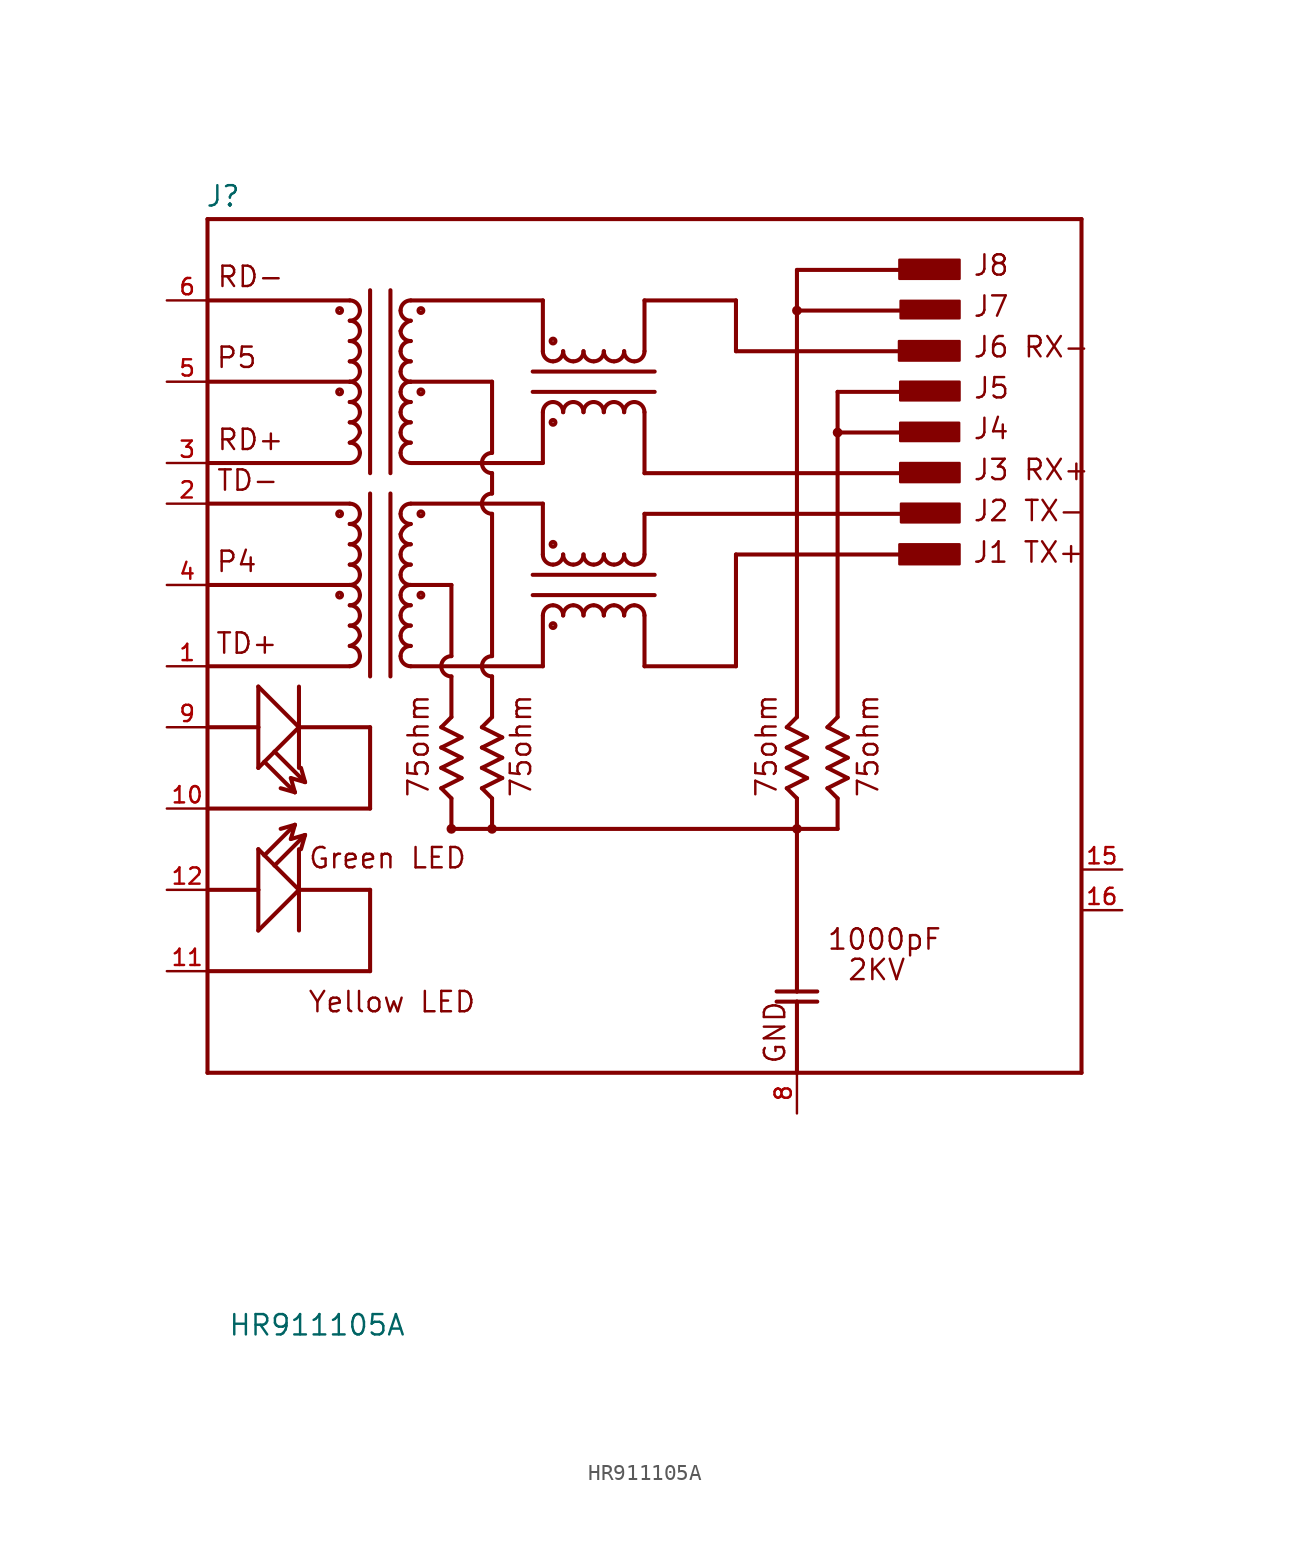
<source format=kicad_sym>
(kicad_symbol_lib
  (version 20201005)
  (generator kicad_symbol_editor)
  (symbol "mSchLibrary:HR911105A"
    (pin_names
      (offset 1.016) hide)
    (property "Reference" "J"
      (at -25.552 28.626 0)
      (effects (font (size 1.27 1.27)) (justify left bottom)))
    (property "Value" "HR911105A"
      (at -24.13 -41.91 0)
      (effects (font (size 1.27 1.27)) (justify left bottom)))
    (symbol "HR911105A_0_0"
      (arc (start -16.51 1.27) (end -15.875 1.905) (radius (at -16.7386 2.1336) (length 0.889) (angles -75 -15)) (stroke (width 0.254)) (fill (type none)))
      (arc (start -16.51 13.97) (end -15.875 14.605) (radius (at -16.7386 14.8336) (length 0.889) (angles -75 -15)) (stroke (width 0.254)) (fill (type none)))
      (arc (start -15.875 0.635) (end -16.51 1.27) (radius (at -16.51 0.635) (length 0.635) (angles 0 90)) (stroke (width 0.254)) (fill (type none)))
      (arc (start -16.51 0) (end -15.875 0.635) (radius (at -16.51 0.635) (length 0.635) (angles -90 0)) (stroke (width 0.254)) (fill (type none)))
      (arc (start -15.875 1.905) (end -16.51 2.54) (radius (at -16.51 1.905) (length 0.635) (angles 0 90)) (stroke (width 0.254)) (fill (type none)))
      (arc (start -15.875 3.175) (end -16.51 3.81) (radius (at -16.51 3.175) (length 0.635) (angles 0 90)) (stroke (width 0.254)) (fill (type none)))
      (arc (start -16.51 2.54) (end -15.875 3.175) (radius (at -16.51 3.175) (length 0.635) (angles -90 0)) (stroke (width 0.254)) (fill (type none)))
      (arc (start -15.875 4.445) (end -16.51 5.08) (radius (at -16.51 4.445) (length 0.635) (angles 0 90)) (stroke (width 0.254)) (fill (type none)))
      (arc (start -16.51 3.81) (end -15.875 4.445) (radius (at -16.51 4.445) (length 0.635) (angles -90 0)) (stroke (width 0.254)) (fill (type none)))
      (arc (start -15.875 5.715) (end -16.51 6.35) (radius (at -16.51 5.715) (length 0.635) (angles 0 90)) (stroke (width 0.254)) (fill (type none)))
      (arc (start -16.51 5.08) (end -15.875 5.715) (radius (at -16.51 5.715) (length 0.635) (angles -90 0)) (stroke (width 0.254)) (fill (type none)))
      (arc (start -15.875 6.985) (end -16.51 7.62) (radius (at -16.51 6.985) (length 0.635) (angles 0 90)) (stroke (width 0.254)) (fill (type none)))
      (arc (start -16.51 6.35) (end -15.875 6.985) (radius (at -16.51 6.985) (length 0.635) (angles -90 0)) (stroke (width 0.254)) (fill (type none)))
      (arc (start -15.875 8.255) (end -16.51 8.89) (radius (at -16.51 8.255) (length 0.635) (angles 0 90)) (stroke (width 0.254)) (fill (type none)))
      (arc (start -16.51 7.62) (end -15.875 8.255) (radius (at -16.51 8.255) (length 0.635) (angles -90 0)) (stroke (width 0.254)) (fill (type none)))
      (arc (start -15.875 9.525) (end -16.51 10.16) (radius (at -16.51 9.525) (length 0.635) (angles 0 90)) (stroke (width 0.254)) (fill (type none)))
      (arc (start -16.51 8.89) (end -15.875 9.525) (radius (at -16.51 9.525) (length 0.635) (angles -90 0)) (stroke (width 0.254)) (fill (type none)))
      (arc (start -15.875 13.335) (end -16.51 13.97) (radius (at -16.51 13.335) (length 0.635) (angles 0 90)) (stroke (width 0.254)) (fill (type none)))
      (arc (start -16.51 12.7) (end -15.875 13.335) (radius (at -16.51 13.335) (length 0.635) (angles -90 0)) (stroke (width 0.254)) (fill (type none)))
      (arc (start -15.875 14.605) (end -16.51 15.24) (radius (at -16.51 14.605) (length 0.635) (angles 0 90)) (stroke (width 0.254)) (fill (type none)))
      (arc (start -15.875 15.875) (end -16.51 16.51) (radius (at -16.51 15.875) (length 0.635) (angles 0 90)) (stroke (width 0.254)) (fill (type none)))
      (arc (start -16.51 15.24) (end -15.875 15.875) (radius (at -16.51 15.875) (length 0.635) (angles -90 0)) (stroke (width 0.254)) (fill (type none)))
      (arc (start -15.875 17.145) (end -16.51 17.78) (radius (at -16.51 17.145) (length 0.635) (angles 0 90)) (stroke (width 0.254)) (fill (type none)))
      (arc (start -16.51 16.51) (end -15.875 17.145) (radius (at -16.51 17.145) (length 0.635) (angles -90 0)) (stroke (width 0.254)) (fill (type none)))
      (arc (start -15.875 18.415) (end -16.51 19.05) (radius (at -16.51 18.415) (length 0.635) (angles 0 90)) (stroke (width 0.254)) (fill (type none)))
      (arc (start -16.51 17.78) (end -15.875 18.415) (radius (at -16.51 18.415) (length 0.635) (angles -90 0)) (stroke (width 0.254)) (fill (type none)))
      (arc (start -15.875 19.685) (end -16.51 20.32) (radius (at -16.51 19.685) (length 0.635) (angles 0 90)) (stroke (width 0.254)) (fill (type none)))
      (arc (start -16.51 19.05) (end -15.875 19.685) (radius (at -16.51 19.685) (length 0.635) (angles -90 0)) (stroke (width 0.254)) (fill (type none)))
      (arc (start -15.875 20.955) (end -16.51 21.59) (radius (at -16.51 20.955) (length 0.635) (angles 0 90)) (stroke (width 0.254)) (fill (type none)))
      (arc (start -16.51 20.32) (end -15.875 20.955) (radius (at -16.51 20.955) (length 0.635) (angles -90 0)) (stroke (width 0.254)) (fill (type none)))
      (arc (start -15.875 22.225) (end -16.51 22.86) (radius (at -16.51 22.225) (length 0.635) (angles 0 90)) (stroke (width 0.254)) (fill (type none)))
      (arc (start -16.51 21.59) (end -15.875 22.225) (radius (at -16.51 22.225) (length 0.635) (angles -90 0)) (stroke (width 0.254)) (fill (type none)))
      (arc (start -12.7 1.27) (end -13.335 0.635) (radius (at -12.7 0.635) (length 0.635) (angles 90 180)) (stroke (width 0.254)) (fill (type none)))
      (arc (start -13.335 0.635) (end -12.7 0) (radius (at -12.7 0.635) (length 0.635) (angles 180 -90)) (stroke (width 0.254)) (fill (type none)))
      (arc (start -12.7 2.54) (end -13.335 1.905) (radius (at -12.7 1.905) (length 0.635) (angles 90 180)) (stroke (width 0.254)) (fill (type none)))
      (arc (start -13.335 1.905) (end -12.7 1.27) (radius (at -12.7 1.905) (length 0.635) (angles 180 -90)) (stroke (width 0.254)) (fill (type none)))
      (arc (start -12.7 3.81) (end -13.335 3.175) (radius (at -12.7 3.175) (length 0.635) (angles 90 180)) (stroke (width 0.254)) (fill (type none)))
      (arc (start -13.335 3.175) (end -12.7 2.54) (radius (at -12.7 3.175) (length 0.635) (angles 180 -90)) (stroke (width 0.254)) (fill (type none)))
      (arc (start -12.7 5.08) (end -13.335 4.445) (radius (at -12.7 4.445) (length 0.635) (angles 90 180)) (stroke (width 0.254)) (fill (type none)))
      (arc (start -13.335 4.445) (end -12.7 3.81) (radius (at -12.7 4.445) (length 0.635) (angles 180 -90)) (stroke (width 0.254)) (fill (type none)))
      (arc (start -12.7 6.35) (end -13.335 5.715) (radius (at -12.7 5.715) (length 0.635) (angles 90 180)) (stroke (width 0.254)) (fill (type none)))
      (arc (start -13.335 5.715) (end -12.7 5.08) (radius (at -12.7 5.715) (length 0.635) (angles 180 -90)) (stroke (width 0.254)) (fill (type none)))
      (arc (start -12.7 7.62) (end -13.335 6.985) (radius (at -12.7 6.985) (length 0.635) (angles 90 180)) (stroke (width 0.254)) (fill (type none)))
      (arc (start -13.335 6.985) (end -12.7 6.35) (radius (at -12.7 6.985) (length 0.635) (angles 180 -90)) (stroke (width 0.254)) (fill (type none)))
      (arc (start -13.335 8.255) (end -12.7 7.62) (radius (at -12.7 8.255) (length 0.635) (angles 180 -90)) (stroke (width 0.254)) (fill (type none)))
      (arc (start -12.7 10.16) (end -13.335 9.525) (radius (at -12.7 9.525) (length 0.635) (angles 90 180)) (stroke (width 0.254)) (fill (type none)))
      (arc (start -13.335 9.525) (end -12.7 8.89) (radius (at -12.7 9.525) (length 0.635) (angles 180 -90)) (stroke (width 0.254)) (fill (type none)))
      (arc (start -12.7 13.97) (end -13.335 13.335) (radius (at -12.7 13.335) (length 0.635) (angles 90 180)) (stroke (width 0.254)) (fill (type none)))
      (arc (start -13.335 13.335) (end -12.7 12.7) (radius (at -12.7 13.335) (length 0.635) (angles 180 -90)) (stroke (width 0.254)) (fill (type none)))
      (arc (start -12.7 15.24) (end -13.335 14.605) (radius (at -12.7 14.605) (length 0.635) (angles 90 180)) (stroke (width 0.254)) (fill (type none)))
      (arc (start -13.335 14.605) (end -12.7 13.97) (radius (at -12.7 14.605) (length 0.635) (angles 180 -90)) (stroke (width 0.254)) (fill (type none)))
      (arc (start -12.7 16.51) (end -13.335 15.875) (radius (at -12.7 15.875) (length 0.635) (angles 90 180)) (stroke (width 0.254)) (fill (type none)))
      (arc (start -13.335 15.875) (end -12.7 15.24) (radius (at -12.7 15.875) (length 0.635) (angles 180 -90)) (stroke (width 0.254)) (fill (type none)))
      (arc (start -12.7 17.78) (end -13.335 17.145) (radius (at -12.7 17.145) (length 0.635) (angles 90 180)) (stroke (width 0.254)) (fill (type none)))
      (arc (start -13.335 17.145) (end -12.7 16.51) (radius (at -12.7 17.145) (length 0.635) (angles 180 -90)) (stroke (width 0.254)) (fill (type none)))
      (arc (start -12.7 19.05) (end -13.335 18.415) (radius (at -12.7 18.415) (length 0.635) (angles 90 180)) (stroke (width 0.254)) (fill (type none)))
      (arc (start -13.335 18.415) (end -12.7 17.78) (radius (at -12.7 18.415) (length 0.635) (angles 180 -90)) (stroke (width 0.254)) (fill (type none)))
      (arc (start -12.7 20.32) (end -13.335 19.685) (radius (at -12.7 19.685) (length 0.635) (angles 90 180)) (stroke (width 0.254)) (fill (type none)))
      (arc (start -13.335 19.685) (end -12.7 19.05) (radius (at -12.7 19.685) (length 0.635) (angles 180 -90)) (stroke (width 0.254)) (fill (type none)))
      (arc (start -13.335 20.955) (end -12.7 20.32) (radius (at -12.7 20.955) (length 0.635) (angles 180 -90)) (stroke (width 0.254)) (fill (type none)))
      (arc (start -12.7 22.86) (end -13.335 22.225) (radius (at -12.7 22.225) (length 0.635) (angles 90 180)) (stroke (width 0.254)) (fill (type none)))
      (arc (start -13.335 22.225) (end -12.7 21.59) (radius (at -12.7 22.225) (length 0.635) (angles 180 -90)) (stroke (width 0.254)) (fill (type none)))
      (arc (start -12.7 8.89) (end -13.335 8.255) (radius (at -12.4714 8.0264) (length 0.889) (angles 105 165)) (stroke (width 0.254)) (fill (type none)))
      (arc (start -12.7 21.59) (end -13.335 20.955) (radius (at -12.4714 20.7264) (length 0.889) (angles 105 165)) (stroke (width 0.254)) (fill (type none)))
      (arc (start -10.16 0.635) (end -10.795 0) (radius (at -10.16 0) (length 0.635) (angles 90 180)) (stroke (width 0.254)) (fill (type none)))
      (arc (start -10.795 0) (end -10.16 -0.635) (radius (at -10.16 0) (length 0.635) (angles 180 -90)) (stroke (width 0.254)) (fill (type none)))
      (arc (start -7.62 0.635) (end -8.255 0) (radius (at -7.62 0) (length 0.635) (angles 90 180)) (stroke (width 0.254)) (fill (type none)))
      (arc (start -8.255 0) (end -7.62 -0.635) (radius (at -7.62 0) (length 0.635) (angles 180 -90)) (stroke (width 0.254)) (fill (type none)))
      (arc (start -7.62 10.795) (end -8.255 10.16) (radius (at -7.62 10.16) (length 0.635) (angles 90 180)) (stroke (width 0.254)) (fill (type none)))
      (arc (start -8.255 10.16) (end -7.62 9.525) (radius (at -7.62 10.16) (length 0.635) (angles 180 -90)) (stroke (width 0.254)) (fill (type none)))
      (arc (start -7.62 13.335) (end -8.255 12.7) (radius (at -7.62 12.7) (length 0.635) (angles 90 180)) (stroke (width 0.254)) (fill (type none)))
      (arc (start -8.255 12.7) (end -7.62 12.065) (radius (at -7.62 12.7) (length 0.635) (angles 180 -90)) (stroke (width 0.254)) (fill (type none)))
      (arc (start -3.81 3.81) (end -3.175 3.175) (radius (at -3.81 3.175) (length 0.635) (angles 90 0)) (stroke (width 0.254)) (fill (type none)))
      (arc (start -4.445 3.175) (end -3.81 3.81) (radius (at -3.81 3.175) (length 0.635) (angles 180 90)) (stroke (width 0.254)) (fill (type none)))
      (arc (start -3.175 6.985) (end -3.81 6.35) (radius (at -3.81 6.985) (length 0.635) (angles 0 -90)) (stroke (width 0.254)) (fill (type none)))
      (arc (start -3.81 6.35) (end -4.445 6.985) (radius (at -3.81 6.985) (length 0.635) (angles -90 180)) (stroke (width 0.254)) (fill (type none)))
      (arc (start -3.81 16.51) (end -3.175 15.875) (radius (at -3.81 15.875) (length 0.635) (angles 90 0)) (stroke (width 0.254)) (fill (type none)))
      (arc (start -4.445 15.875) (end -3.81 16.51) (radius (at -3.81 15.875) (length 0.635) (angles 180 90)) (stroke (width 0.254)) (fill (type none)))
      (arc (start -3.175 19.685) (end -3.81 19.05) (radius (at -3.81 19.685) (length 0.635) (angles 0 -90)) (stroke (width 0.254)) (fill (type none)))
      (arc (start -3.81 19.05) (end -4.445 19.685) (radius (at -3.81 19.685) (length 0.635) (angles -90 180)) (stroke (width 0.254)) (fill (type none)))
      (arc (start -2.54 3.81) (end -1.905 3.175) (radius (at -2.54 3.175) (length 0.635) (angles 90 0)) (stroke (width 0.254)) (fill (type none)))
      (arc (start -3.175 3.175) (end -2.54 3.81) (radius (at -2.54 3.175) (length 0.635) (angles 180 90)) (stroke (width 0.254)) (fill (type none)))
      (arc (start -1.905 6.985) (end -2.54 6.35) (radius (at -2.54 6.985) (length 0.635) (angles 0 -90)) (stroke (width 0.254)) (fill (type none)))
      (arc (start -2.54 6.35) (end -3.175 6.985) (radius (at -2.54 6.985) (length 0.635) (angles -90 180)) (stroke (width 0.254)) (fill (type none)))
      (arc (start -2.54 16.51) (end -1.905 15.875) (radius (at -2.54 15.875) (length 0.635) (angles 90 0)) (stroke (width 0.254)) (fill (type none)))
      (arc (start -3.175 15.875) (end -2.54 16.51) (radius (at -2.54 15.875) (length 0.635) (angles 180 90)) (stroke (width 0.254)) (fill (type none)))
      (arc (start -1.905 19.685) (end -2.54 19.05) (radius (at -2.54 19.685) (length 0.635) (angles 0 -90)) (stroke (width 0.254)) (fill (type none)))
      (arc (start -2.54 19.05) (end -3.175 19.685) (radius (at -2.54 19.685) (length 0.635) (angles -90 180)) (stroke (width 0.254)) (fill (type none)))
      (arc (start -1.27 3.81) (end -0.635 3.175) (radius (at -1.27 3.175) (length 0.635) (angles 90 0)) (stroke (width 0.254)) (fill (type none)))
      (arc (start -1.905 3.175) (end -1.27 3.81) (radius (at -1.27 3.175) (length 0.635) (angles 180 90)) (stroke (width 0.254)) (fill (type none)))
      (arc (start -0.635 6.985) (end -1.27 6.35) (radius (at -1.27 6.985) (length 0.635) (angles 0 -90)) (stroke (width 0.254)) (fill (type none)))
      (arc (start -1.27 6.35) (end -1.905 6.985) (radius (at -1.27 6.985) (length 0.635) (angles -90 180)) (stroke (width 0.254)) (fill (type none)))
      (arc (start -1.27 16.51) (end -0.635 15.875) (radius (at -1.27 15.875) (length 0.635) (angles 90 0)) (stroke (width 0.254)) (fill (type none)))
      (arc (start -1.905 15.875) (end -1.27 16.51) (radius (at -1.27 15.875) (length 0.635) (angles 180 90)) (stroke (width 0.254)) (fill (type none)))
      (arc (start -0.635 19.685) (end -1.27 19.05) (radius (at -1.27 19.685) (length 0.635) (angles 0 -90)) (stroke (width 0.254)) (fill (type none)))
      (arc (start -1.27 19.05) (end -1.905 19.685) (radius (at -1.27 19.685) (length 0.635) (angles -90 180)) (stroke (width 0.254)) (fill (type none)))
      (arc (start 0 3.81) (end 0.635 3.175) (radius (at 0 3.175) (length 0.635) (angles 90 0)) (stroke (width 0.254)) (fill (type none)))
      (arc (start -0.635 3.175) (end 0 3.81) (radius (at 0 3.175) (length 0.635) (angles 180 90)) (stroke (width 0.254)) (fill (type none)))
      (arc (start 0.635 6.985) (end 0 6.35) (radius (at 0 6.985) (length 0.635) (angles 0 -90)) (stroke (width 0.254)) (fill (type none)))
      (arc (start 0 6.35) (end -0.635 6.985) (radius (at 0 6.985) (length 0.635) (angles -90 180)) (stroke (width 0.254)) (fill (type none)))
      (arc (start 0 16.51) (end 0.635 15.875) (radius (at 0 15.875) (length 0.635) (angles 90 0)) (stroke (width 0.254)) (fill (type none)))
      (arc (start -0.635 15.875) (end 0 16.51) (radius (at 0 15.875) (length 0.635) (angles 180 90)) (stroke (width 0.254)) (fill (type none)))
      (arc (start 0.635 19.685) (end 0 19.05) (radius (at 0 19.685) (length 0.635) (angles 0 -90)) (stroke (width 0.254)) (fill (type none)))
      (arc (start 0 19.05) (end -0.635 19.685) (radius (at 0 19.685) (length 0.635) (angles -90 180)) (stroke (width 0.254)) (fill (type none)))
      (arc (start 1.27 3.81) (end 1.905 3.175) (radius (at 1.27 3.175) (length 0.635) (angles 90 0)) (stroke (width 0.254)) (fill (type none)))
      (arc (start 0.635 3.175) (end 1.27 3.81) (radius (at 1.27 3.175) (length 0.635) (angles 180 90)) (stroke (width 0.254)) (fill (type none)))
      (arc (start 1.905 6.985) (end 1.27 6.35) (radius (at 1.27 6.985) (length 0.635) (angles 0 -90)) (stroke (width 0.254)) (fill (type none)))
      (arc (start 1.27 6.35) (end 0.635 6.985) (radius (at 1.27 6.985) (length 0.635) (angles -90 180)) (stroke (width 0.254)) (fill (type none)))
      (arc (start 1.27 16.51) (end 1.905 15.875) (radius (at 1.27 15.875) (length 0.635) (angles 90 0)) (stroke (width 0.254)) (fill (type none)))
      (arc (start 0.635 15.875) (end 1.27 16.51) (radius (at 1.27 15.875) (length 0.635) (angles 180 90)) (stroke (width 0.254)) (fill (type none)))
      (arc (start 1.905 19.685) (end 1.27 19.05) (radius (at 1.27 19.685) (length 0.635) (angles 0 -90)) (stroke (width 0.254)) (fill (type none)))
      (arc (start 1.27 19.05) (end 0.635 19.685) (radius (at 1.27 19.685) (length 0.635) (angles -90 180)) (stroke (width 0.254)) (fill (type none)))
      (circle (center -17.145 4.445) (radius 0.152) (stroke (width 0.254)) (fill (type none)))
      (circle (center -17.145 9.525) (radius 0.152) (stroke (width 0.254)) (fill (type none)))
      (circle (center -17.145 17.145) (radius 0.152) (stroke (width 0.254)) (fill (type none)))
      (circle (center -17.145 22.225) (radius 0.152) (stroke (width 0.254)) (fill (type none)))
      (circle (center -12.065 4.445) (radius 0.152) (stroke (width 0.254)) (fill (type none)))
      (circle (center -12.065 9.525) (radius 0.152) (stroke (width 0.254)) (fill (type none)))
      (circle (center -12.065 17.145) (radius 0.152) (stroke (width 0.254)) (fill (type none)))
      (circle (center -12.065 22.225) (radius 0.152) (stroke (width 0.254)) (fill (type none)))
      (circle (center -10.16 -10.16) (radius 0.178) (stroke (width 0.254)) (fill (type none)))
      (circle (center -7.62 -10.16) (radius 0.178) (stroke (width 0.254)) (fill (type none)))
      (circle (center -3.81 2.54) (radius 0.152) (stroke (width 0.254)) (fill (type none)))
      (circle (center -3.81 7.62) (radius 0.152) (stroke (width 0.254)) (fill (type none)))
      (circle (center -3.81 15.24) (radius 0.152) (stroke (width 0.254)) (fill (type none)))
      (circle (center -3.81 20.32) (radius 0.152) (stroke (width 0.254)) (fill (type none)))
      (circle (center 11.43 -10.16) (radius 0.178) (stroke (width 0.254)) (fill (type none)))
      (circle (center 11.43 22.225) (radius 0.178) (stroke (width 0.254)) (fill (type none)))
      (circle (center 13.97 14.605) (radius 0.178) (stroke (width 0.254)) (fill (type none)))
      (text "1000pF" (at 13.259 -17.805 0) (effects (font (size 1.27 1.27)) (justify left bottom)))
      (text "2KV" (at 14.529 -19.71 0) (effects (font (size 1.27 1.27)) (justify left bottom)))
      (text "75ohm" (at -11.481 -8.28 900) (effects (font (size 1.27 1.27)) (justify left bottom)))
      (text "75ohm" (at -5.08 -8.28 900) (effects (font (size 1.27 1.27)) (justify left bottom)))
      (text "75ohm" (at 10.262 -8.28 900) (effects (font (size 1.27 1.27)) (justify left bottom)))
      (text "75ohm" (at 16.612 -8.28 900) (effects (font (size 1.27 1.27)) (justify left bottom)))
      (text "GND" (at 10.795 -24.917 900) (effects (font (size 1.27 1.27)) (justify left bottom)))
      (text "Green LED" (at -19.152 -12.725 0) (effects (font (size 1.27 1.27)) (justify left bottom)))
      (text "J1 TX+" (at 22.352 6.375 0) (effects (font (size 1.27 1.27)) (justify left bottom)))
      (text "J2 TX-" (at 22.377 8.966 0) (effects (font (size 1.27 1.27)) (justify left bottom)))
      (text "J3 RX+" (at 22.377 11.532 0) (effects (font (size 1.27 1.27)) (justify left bottom)))
      (text "J4" (at 22.377 14.097 0) (effects (font (size 1.27 1.27)) (justify left bottom)))
      (text "J5" (at 22.403 16.637 0) (effects (font (size 1.27 1.27)) (justify left bottom)))
      (text "J6 RX-" (at 22.377 19.202 0) (effects (font (size 1.27 1.27)) (justify left bottom)))
      (text "J7" (at 22.377 21.742 0) (effects (font (size 1.27 1.27)) (justify left bottom)))
      (text "J8" (at 22.377 24.308 0) (effects (font (size 1.27 1.27)) (justify left bottom)))
      (text "P4" (at -24.917 5.791 0) (effects (font (size 1.27 1.27)) (justify left bottom)))
      (text "P5" (at -24.917 18.542 0) (effects (font (size 1.27 1.27)) (justify left bottom)))
      (text "RD+" (at -24.867 13.411 0) (effects (font (size 1.27 1.27)) (justify left bottom)))
      (text "RD-" (at -24.867 23.597 0) (effects (font (size 1.27 1.27)) (justify left bottom)))
      (text "TD+" (at -24.943 0.686 0) (effects (font (size 1.27 1.27)) (justify left bottom)))
      (text "TD-" (at -24.892 10.871 0) (effects (font (size 1.27 1.27)) (justify left bottom)))
      (text "Yellow LED" (at -19.177 -21.717 0) (effects (font (size 1.27 1.27)) (justify left bottom)))
      (rectangle (start 17.805 19.101) (end 21.59 20.32) (stroke (width 0)) (fill (type outline)))
      (rectangle (start 17.831 6.375) (end 21.59 7.62) (stroke (width 0)) (fill (type outline)))
      (rectangle (start 17.831 24.206) (end 21.59 25.4) (stroke (width 0)) (fill (type outline)))
      (rectangle (start 17.882 11.506) (end 21.59 12.7) (stroke (width 0)) (fill (type outline)))
      (rectangle (start 17.882 14.072) (end 21.565 15.215) (stroke (width 0)) (fill (type outline)))
      (rectangle (start 17.882 16.612) (end 21.59 17.78) (stroke (width 0)) (fill (type outline)))
      (rectangle (start 17.907 21.742) (end 21.59 22.835) (stroke (width 0)) (fill (type outline)))
      (rectangle (start 17.932 8.992) (end 21.59 10.16) (stroke (width 0)) (fill (type outline)))
      (polyline (pts (xy -25.4 -25.4) (xy -25.4 27.94)) (stroke (width 0.254)) (fill (type none)))
      (polyline (pts (xy -25.4 -19.05) (xy -15.24 -19.05)) (stroke (width 0.254)) (fill (type none)))
      (polyline (pts (xy -25.4 -8.89) (xy -15.24 -8.89)) (stroke (width 0.254)) (fill (type none)))
      (polyline (pts (xy -25.4 5.08) (xy -16.51 5.08)) (stroke (width 0.254)) (fill (type none)))
      (polyline (pts (xy -25.4 12.7) (xy -16.51 12.7)) (stroke (width 0.254)) (fill (type none)))
      (polyline (pts (xy -25.4 27.94) (xy 29.21 27.94)) (stroke (width 0.254)) (fill (type none)))
      (polyline (pts (xy -22.225 -16.51) (xy -19.685 -13.97)) (stroke (width 0.254)) (fill (type none)))
      (polyline (pts (xy -22.225 -13.97) (xy -25.4 -13.97)) (stroke (width 0.254)) (fill (type none)))
      (polyline (pts (xy -22.225 -13.97) (xy -22.225 -16.51)) (stroke (width 0.254)) (fill (type none)))
      (polyline (pts (xy -22.225 -11.43) (xy -22.225 -13.97)) (stroke (width 0.254)) (fill (type none)))
      (polyline (pts (xy -22.225 -6.35) (xy -22.225 -3.81)) (stroke (width 0.254)) (fill (type none)))
      (polyline (pts (xy -22.225 -3.81) (xy -25.4 -3.81)) (stroke (width 0.254)) (fill (type none)))
      (polyline (pts (xy -22.225 -3.81) (xy -22.225 -1.27)) (stroke (width 0.254)) (fill (type none)))
      (polyline (pts (xy -22.225 -1.27) (xy -19.685 -3.81)) (stroke (width 0.254)) (fill (type none)))
      (polyline (pts (xy -21.844 -11.811) (xy -22.225 -11.43)) (stroke (width 0.254)) (fill (type none)))
      (polyline (pts (xy -21.844 -11.811) (xy -19.939 -9.906)) (stroke (width 0.254)) (fill (type none)))
      (polyline (pts (xy -21.844 -5.969) (xy -22.225 -6.35)) (stroke (width 0.254)) (fill (type none)))
      (polyline (pts (xy -21.844 -5.969) (xy -19.939 -7.874)) (stroke (width 0.254)) (fill (type none)))
      (polyline (pts (xy -21.209 -12.446) (xy -21.844 -11.811)) (stroke (width 0.254)) (fill (type none)))
      (polyline (pts (xy -21.209 -12.446) (xy -19.304 -10.541)) (stroke (width 0.254)) (fill (type none)))
      (polyline (pts (xy -21.209 -5.334) (xy -21.844 -5.969)) (stroke (width 0.254)) (fill (type none)))
      (polyline (pts (xy -21.209 -5.334) (xy -19.304 -7.239)) (stroke (width 0.254)) (fill (type none)))
      (polyline (pts (xy -19.939 -9.906) (xy -20.828 -10.16)) (stroke (width 0.254)) (fill (type none)))
      (polyline (pts (xy -19.939 -9.906) (xy -20.193 -10.795)) (stroke (width 0.254)) (fill (type none)))
      (polyline (pts (xy -19.939 -7.874) (xy -20.828 -7.62)) (stroke (width 0.254)) (fill (type none)))
      (polyline (pts (xy -19.939 -7.874) (xy -20.193 -6.985)) (stroke (width 0.254)) (fill (type none)))
      (polyline (pts (xy -19.685 -13.97) (xy -21.209 -12.446)) (stroke (width 0.254)) (fill (type none)))
      (polyline (pts (xy -19.685 -13.97) (xy -19.685 -16.51)) (stroke (width 0.254)) (fill (type none)))
      (polyline (pts (xy -19.685 -13.97) (xy -15.24 -13.97)) (stroke (width 0.254)) (fill (type none)))
      (polyline (pts (xy -19.685 -11.43) (xy -19.685 -13.97)) (stroke (width 0.254)) (fill (type none)))
      (polyline (pts (xy -19.685 -6.35) (xy -19.685 -3.81)) (stroke (width 0.254)) (fill (type none)))
      (polyline (pts (xy -19.685 -3.81) (xy -21.209 -5.334)) (stroke (width 0.254)) (fill (type none)))
      (polyline (pts (xy -19.685 -3.81) (xy -19.685 -1.27)) (stroke (width 0.254)) (fill (type none)))
      (polyline (pts (xy -19.685 -3.81) (xy -15.24 -3.81)) (stroke (width 0.254)) (fill (type none)))
      (polyline (pts (xy -19.304 -10.541) (xy -20.193 -10.795)) (stroke (width 0.254)) (fill (type none)))
      (polyline (pts (xy -19.304 -10.541) (xy -19.558 -11.43)) (stroke (width 0.254)) (fill (type none)))
      (polyline (pts (xy -19.304 -7.239) (xy -20.193 -6.985)) (stroke (width 0.254)) (fill (type none)))
      (polyline (pts (xy -19.304 -7.239) (xy -19.558 -6.35)) (stroke (width 0.254)) (fill (type none)))
      (polyline (pts (xy -16.51 0) (xy -25.4 0)) (stroke (width 0.254)) (fill (type none)))
      (polyline (pts (xy -16.51 10.16) (xy -25.4 10.16)) (stroke (width 0.254)) (fill (type none)))
      (polyline (pts (xy -16.51 17.78) (xy -25.4 17.78)) (stroke (width 0.254)) (fill (type none)))
      (polyline (pts (xy -16.51 22.86) (xy -25.4 22.86)) (stroke (width 0.254)) (fill (type none)))
      (polyline (pts (xy -15.24 -19.05) (xy -15.24 -13.97)) (stroke (width 0.254)) (fill (type none)))
      (polyline (pts (xy -15.24 -8.89) (xy -15.24 -3.81)) (stroke (width 0.254)) (fill (type none)))
      (polyline (pts (xy -15.24 10.795) (xy -15.24 -0.635)) (stroke (width 0.254)) (fill (type none)))
      (polyline (pts (xy -15.24 23.495) (xy -15.24 12.065)) (stroke (width 0.254)) (fill (type none)))
      (polyline (pts (xy -13.97 10.795) (xy -13.97 -0.635)) (stroke (width 0.254)) (fill (type none)))
      (polyline (pts (xy -13.97 23.495) (xy -13.97 12.065)) (stroke (width 0.254)) (fill (type none)))
      (polyline (pts (xy -12.7 0) (xy -10.795 0)) (stroke (width 0.254)) (fill (type none)))
      (polyline (pts (xy -12.7 12.7) (xy -8.255 12.7)) (stroke (width 0.254)) (fill (type none)))
      (polyline (pts (xy -12.7 17.78) (xy -7.62 17.78)) (stroke (width 0.254)) (fill (type none)))
      (polyline (pts (xy -10.795 -7.62) (xy -10.16 -8.255)) (stroke (width 0.254)) (fill (type none)))
      (polyline (pts (xy -10.795 -6.35) (xy -9.525 -6.985)) (stroke (width 0.254)) (fill (type none)))
      (polyline (pts (xy -10.795 -5.08) (xy -9.525 -5.715)) (stroke (width 0.254)) (fill (type none)))
      (polyline (pts (xy -10.795 -3.81) (xy -9.525 -4.445)) (stroke (width 0.254)) (fill (type none)))
      (polyline (pts (xy -10.795 0) (xy -8.255 0)) (stroke (width 0.254)) (fill (type none)))
      (polyline (pts (xy -10.16 -8.255) (xy -10.16 -10.16)) (stroke (width 0.254)) (fill (type none)))
      (polyline (pts (xy -10.16 -3.175) (xy -10.795 -3.81)) (stroke (width 0.254)) (fill (type none)))
      (polyline (pts (xy -10.16 -0.635) (xy -10.16 -3.175)) (stroke (width 0.254)) (fill (type none)))
      (polyline (pts (xy -10.16 0.635) (xy -10.16 5.08)) (stroke (width 0.254)) (fill (type none)))
      (polyline (pts (xy -10.16 5.08) (xy -12.7 5.08)) (stroke (width 0.254)) (fill (type none)))
      (polyline (pts (xy -9.525 -6.985) (xy -10.795 -7.62)) (stroke (width 0.254)) (fill (type none)))
      (polyline (pts (xy -9.525 -5.715) (xy -10.795 -6.35)) (stroke (width 0.254)) (fill (type none)))
      (polyline (pts (xy -9.525 -4.445) (xy -10.795 -5.08)) (stroke (width 0.254)) (fill (type none)))
      (polyline (pts (xy -8.255 -7.62) (xy -7.62 -8.255)) (stroke (width 0.254)) (fill (type none)))
      (polyline (pts (xy -8.255 -6.35) (xy -6.985 -6.985)) (stroke (width 0.254)) (fill (type none)))
      (polyline (pts (xy -8.255 -5.08) (xy -6.985 -5.715)) (stroke (width 0.254)) (fill (type none)))
      (polyline (pts (xy -8.255 -3.81) (xy -6.985 -4.445)) (stroke (width 0.254)) (fill (type none)))
      (polyline (pts (xy -8.255 0) (xy -4.445 0)) (stroke (width 0.254)) (fill (type none)))
      (polyline (pts (xy -8.255 10.16) (xy -12.7 10.16)) (stroke (width 0.254)) (fill (type none)))
      (polyline (pts (xy -8.255 12.7) (xy -4.445 12.7)) (stroke (width 0.254)) (fill (type none)))
      (polyline (pts (xy -7.62 -8.255) (xy -7.62 -10.16)) (stroke (width 0.254)) (fill (type none)))
      (polyline (pts (xy -7.62 -3.175) (xy -8.255 -3.81)) (stroke (width 0.254)) (fill (type none)))
      (polyline (pts (xy -7.62 -0.635) (xy -7.62 -3.175)) (stroke (width 0.254)) (fill (type none)))
      (polyline (pts (xy -7.62 9.525) (xy -7.62 0.635)) (stroke (width 0.254)) (fill (type none)))
      (polyline (pts (xy -7.62 12.065) (xy -7.62 10.795)) (stroke (width 0.254)) (fill (type none)))
      (polyline (pts (xy -7.62 17.78) (xy -7.62 13.335)) (stroke (width 0.254)) (fill (type none)))
      (polyline (pts (xy -6.985 -6.985) (xy -8.255 -7.62)) (stroke (width 0.254)) (fill (type none)))
      (polyline (pts (xy -6.985 -5.715) (xy -8.255 -6.35)) (stroke (width 0.254)) (fill (type none)))
      (polyline (pts (xy -6.985 -4.445) (xy -8.255 -5.08)) (stroke (width 0.254)) (fill (type none)))
      (polyline (pts (xy -5.08 4.445) (xy 2.54 4.445)) (stroke (width 0.254)) (fill (type none)))
      (polyline (pts (xy -5.08 5.715) (xy 2.54 5.715)) (stroke (width 0.254)) (fill (type none)))
      (polyline (pts (xy -5.08 17.145) (xy 2.54 17.145)) (stroke (width 0.254)) (fill (type none)))
      (polyline (pts (xy -5.08 18.415) (xy 2.54 18.415)) (stroke (width 0.254)) (fill (type none)))
      (polyline (pts (xy -4.445 0) (xy -4.445 3.175)) (stroke (width 0.254)) (fill (type none)))
      (polyline (pts (xy -4.445 6.985) (xy -4.445 10.16)) (stroke (width 0.254)) (fill (type none)))
      (polyline (pts (xy -4.445 10.16) (xy -8.255 10.16)) (stroke (width 0.254)) (fill (type none)))
      (polyline (pts (xy -4.445 12.7) (xy -4.445 15.875)) (stroke (width 0.254)) (fill (type none)))
      (polyline (pts (xy -4.445 19.685) (xy -4.445 22.86)) (stroke (width 0.254)) (fill (type none)))
      (polyline (pts (xy -4.445 22.86) (xy -12.7 22.86)) (stroke (width 0.254)) (fill (type none)))
      (polyline (pts (xy 1.905 3.175) (xy 1.905 0)) (stroke (width 0.254)) (fill (type none)))
      (polyline (pts (xy 1.905 9.525) (xy 1.905 6.985)) (stroke (width 0.254)) (fill (type none)))
      (polyline (pts (xy 1.905 15.875) (xy 1.905 12.065)) (stroke (width 0.254)) (fill (type none)))
      (polyline (pts (xy 1.905 22.86) (xy 1.905 19.685)) (stroke (width 0.254)) (fill (type none)))
      (polyline (pts (xy 7.62 0) (xy 1.905 0)) (stroke (width 0.254)) (fill (type none)))
      (polyline (pts (xy 7.62 6.985) (xy 7.62 0)) (stroke (width 0.254)) (fill (type none)))
      (polyline (pts (xy 7.62 19.685) (xy 7.62 22.86)) (stroke (width 0.254)) (fill (type none)))
      (polyline (pts (xy 7.62 22.86) (xy 1.905 22.86)) (stroke (width 0.254)) (fill (type none)))
      (polyline (pts (xy 10.16 -20.955) (xy 11.43 -20.955)) (stroke (width 0.254)) (fill (type none)))
      (polyline (pts (xy 10.795 -7.62) (xy 11.43 -8.255)) (stroke (width 0.254)) (fill (type none)))
      (polyline (pts (xy 10.795 -6.35) (xy 12.065 -6.985)) (stroke (width 0.254)) (fill (type none)))
      (polyline (pts (xy 10.795 -5.08) (xy 12.065 -5.715)) (stroke (width 0.254)) (fill (type none)))
      (polyline (pts (xy 10.795 -3.81) (xy 12.065 -4.445)) (stroke (width 0.254)) (fill (type none)))
      (polyline (pts (xy 11.43 -20.955) (xy 11.43 -25.4)) (stroke (width 0.254)) (fill (type none)))
      (polyline (pts (xy 11.43 -20.955) (xy 12.7 -20.955)) (stroke (width 0.254)) (fill (type none)))
      (polyline (pts (xy 11.43 -20.32) (xy 10.16 -20.32)) (stroke (width 0.254)) (fill (type none)))
      (polyline (pts (xy 11.43 -20.32) (xy 12.7 -20.32)) (stroke (width 0.254)) (fill (type none)))
      (polyline (pts (xy 11.43 -10.16) (xy 11.43 -20.32)) (stroke (width 0.254)) (fill (type none)))
      (polyline (pts (xy 11.43 -8.255) (xy 11.43 -10.16)) (stroke (width 0.254)) (fill (type none)))
      (polyline (pts (xy 11.43 -3.175) (xy 10.795 -3.81)) (stroke (width 0.254)) (fill (type none)))
      (polyline (pts (xy 11.43 22.225) (xy 11.43 -3.175)) (stroke (width 0.254)) (fill (type none)))
      (polyline (pts (xy 11.43 22.225) (xy 18.415 22.225)) (stroke (width 0.254)) (fill (type none)))
      (polyline (pts (xy 11.43 24.765) (xy 11.43 22.225)) (stroke (width 0.254)) (fill (type none)))
      (polyline (pts (xy 12.065 -6.985) (xy 10.795 -7.62)) (stroke (width 0.254)) (fill (type none)))
      (polyline (pts (xy 12.065 -5.715) (xy 10.795 -6.35)) (stroke (width 0.254)) (fill (type none)))
      (polyline (pts (xy 12.065 -4.445) (xy 10.795 -5.08)) (stroke (width 0.254)) (fill (type none)))
      (polyline (pts (xy 13.335 -7.62) (xy 13.97 -8.255)) (stroke (width 0.254)) (fill (type none)))
      (polyline (pts (xy 13.335 -6.35) (xy 14.605 -6.985)) (stroke (width 0.254)) (fill (type none)))
      (polyline (pts (xy 13.335 -5.08) (xy 14.605 -5.715)) (stroke (width 0.254)) (fill (type none)))
      (polyline (pts (xy 13.335 -3.81) (xy 14.605 -4.445)) (stroke (width 0.254)) (fill (type none)))
      (polyline (pts (xy 13.97 -10.16) (xy -10.16 -10.16)) (stroke (width 0.254)) (fill (type none)))
      (polyline (pts (xy 13.97 -8.255) (xy 13.97 -10.16)) (stroke (width 0.254)) (fill (type none)))
      (polyline (pts (xy 13.97 -3.175) (xy 13.335 -3.81)) (stroke (width 0.254)) (fill (type none)))
      (polyline (pts (xy 13.97 14.605) (xy 13.97 -3.175)) (stroke (width 0.254)) (fill (type none)))
      (polyline (pts (xy 13.97 14.605) (xy 18.415 14.605)) (stroke (width 0.254)) (fill (type none)))
      (polyline (pts (xy 13.97 17.145) (xy 13.97 14.605)) (stroke (width 0.254)) (fill (type none)))
      (polyline (pts (xy 14.605 -6.985) (xy 13.335 -7.62)) (stroke (width 0.254)) (fill (type none)))
      (polyline (pts (xy 14.605 -5.715) (xy 13.335 -6.35)) (stroke (width 0.254)) (fill (type none)))
      (polyline (pts (xy 14.605 -4.445) (xy 13.335 -5.08)) (stroke (width 0.254)) (fill (type none)))
      (polyline (pts (xy 18.415 6.985) (xy 7.62 6.985)) (stroke (width 0.254)) (fill (type none)))
      (polyline (pts (xy 18.415 9.525) (xy 1.905 9.525)) (stroke (width 0.254)) (fill (type none)))
      (polyline (pts (xy 18.415 12.065) (xy 1.905 12.065)) (stroke (width 0.254)) (fill (type none)))
      (polyline (pts (xy 18.415 17.145) (xy 13.97 17.145)) (stroke (width 0.254)) (fill (type none)))
      (polyline (pts (xy 18.415 19.685) (xy 7.62 19.685)) (stroke (width 0.254)) (fill (type none)))
      (polyline (pts (xy 18.415 24.765) (xy 11.43 24.765)) (stroke (width 0.254)) (fill (type none)))
      (polyline (pts (xy 29.21 -25.4) (xy -25.4 -25.4)) (stroke (width 0.254)) (fill (type none)))
      (polyline (pts (xy 29.21 27.94) (xy 29.21 -25.4)) (stroke (width 0.254)) (fill (type none)))
      (pin passive line (at -27.94 0 0) (length 2.54) (name "TD+" (effects (font (size 1.016 1.016)))) (number "1" (effects (font (size 1.016 1.016)))))
      (pin passive line (at -27.94 -8.89 0) (length 2.54) (name "GC" (effects (font (size 1.016 1.016)))) (number "10" (effects (font (size 1.016 1.016)))))
      (pin passive line (at -27.94 -19.05 0) (length 2.54) (name "YC" (effects (font (size 1.016 1.016)))) (number "11" (effects (font (size 1.016 1.016)))))
      (pin passive line (at -27.94 -13.97 0) (length 2.54) (name "YA" (effects (font (size 1.016 1.016)))) (number "12" (effects (font (size 1.016 1.016)))))
      (pin passive line (at 31.75 -12.7 180) (length 2.54) (name "SHIELD" (effects (font (size 1.016 1.016)))) (number "15" (effects (font (size 1.016 1.016)))))
      (pin passive line (at 31.75 -15.24 180) (length 2.54) (name "SHIELD" (effects (font (size 1.016 1.016)))) (number "16" (effects (font (size 1.016 1.016)))))
      (pin passive line (at -27.94 10.16 0) (length 2.54) (name "TD-" (effects (font (size 1.016 1.016)))) (number "2" (effects (font (size 1.016 1.016)))))
      (pin passive line (at -27.94 12.7 0) (length 2.54) (name "RD+" (effects (font (size 1.016 1.016)))) (number "3" (effects (font (size 1.016 1.016)))))
      (pin passive line (at -27.94 5.08 0) (length 2.54) (name "P4" (effects (font (size 1.016 1.016)))) (number "4" (effects (font (size 1.016 1.016)))))
      (pin passive line (at -27.94 17.78 0) (length 2.54) (name "P5" (effects (font (size 1.016 1.016)))) (number "5" (effects (font (size 1.016 1.016)))))
      (pin passive line (at -27.94 22.86 0) (length 2.54) (name "RD-" (effects (font (size 1.016 1.016)))) (number "6" (effects (font (size 1.016 1.016)))))
      (pin power_in line (at 11.43 -27.94 90) (length 2.54) (name "GND" (effects (font (size 1.016 1.016)))) (number "8" (effects (font (size 1.016 1.016)))))
      (pin passive line (at -27.94 -3.81 0) (length 2.54) (name "GA" (effects (font (size 1.016 1.016)))) (number "9" (effects (font (size 1.016 1.016))))))))
</source>
